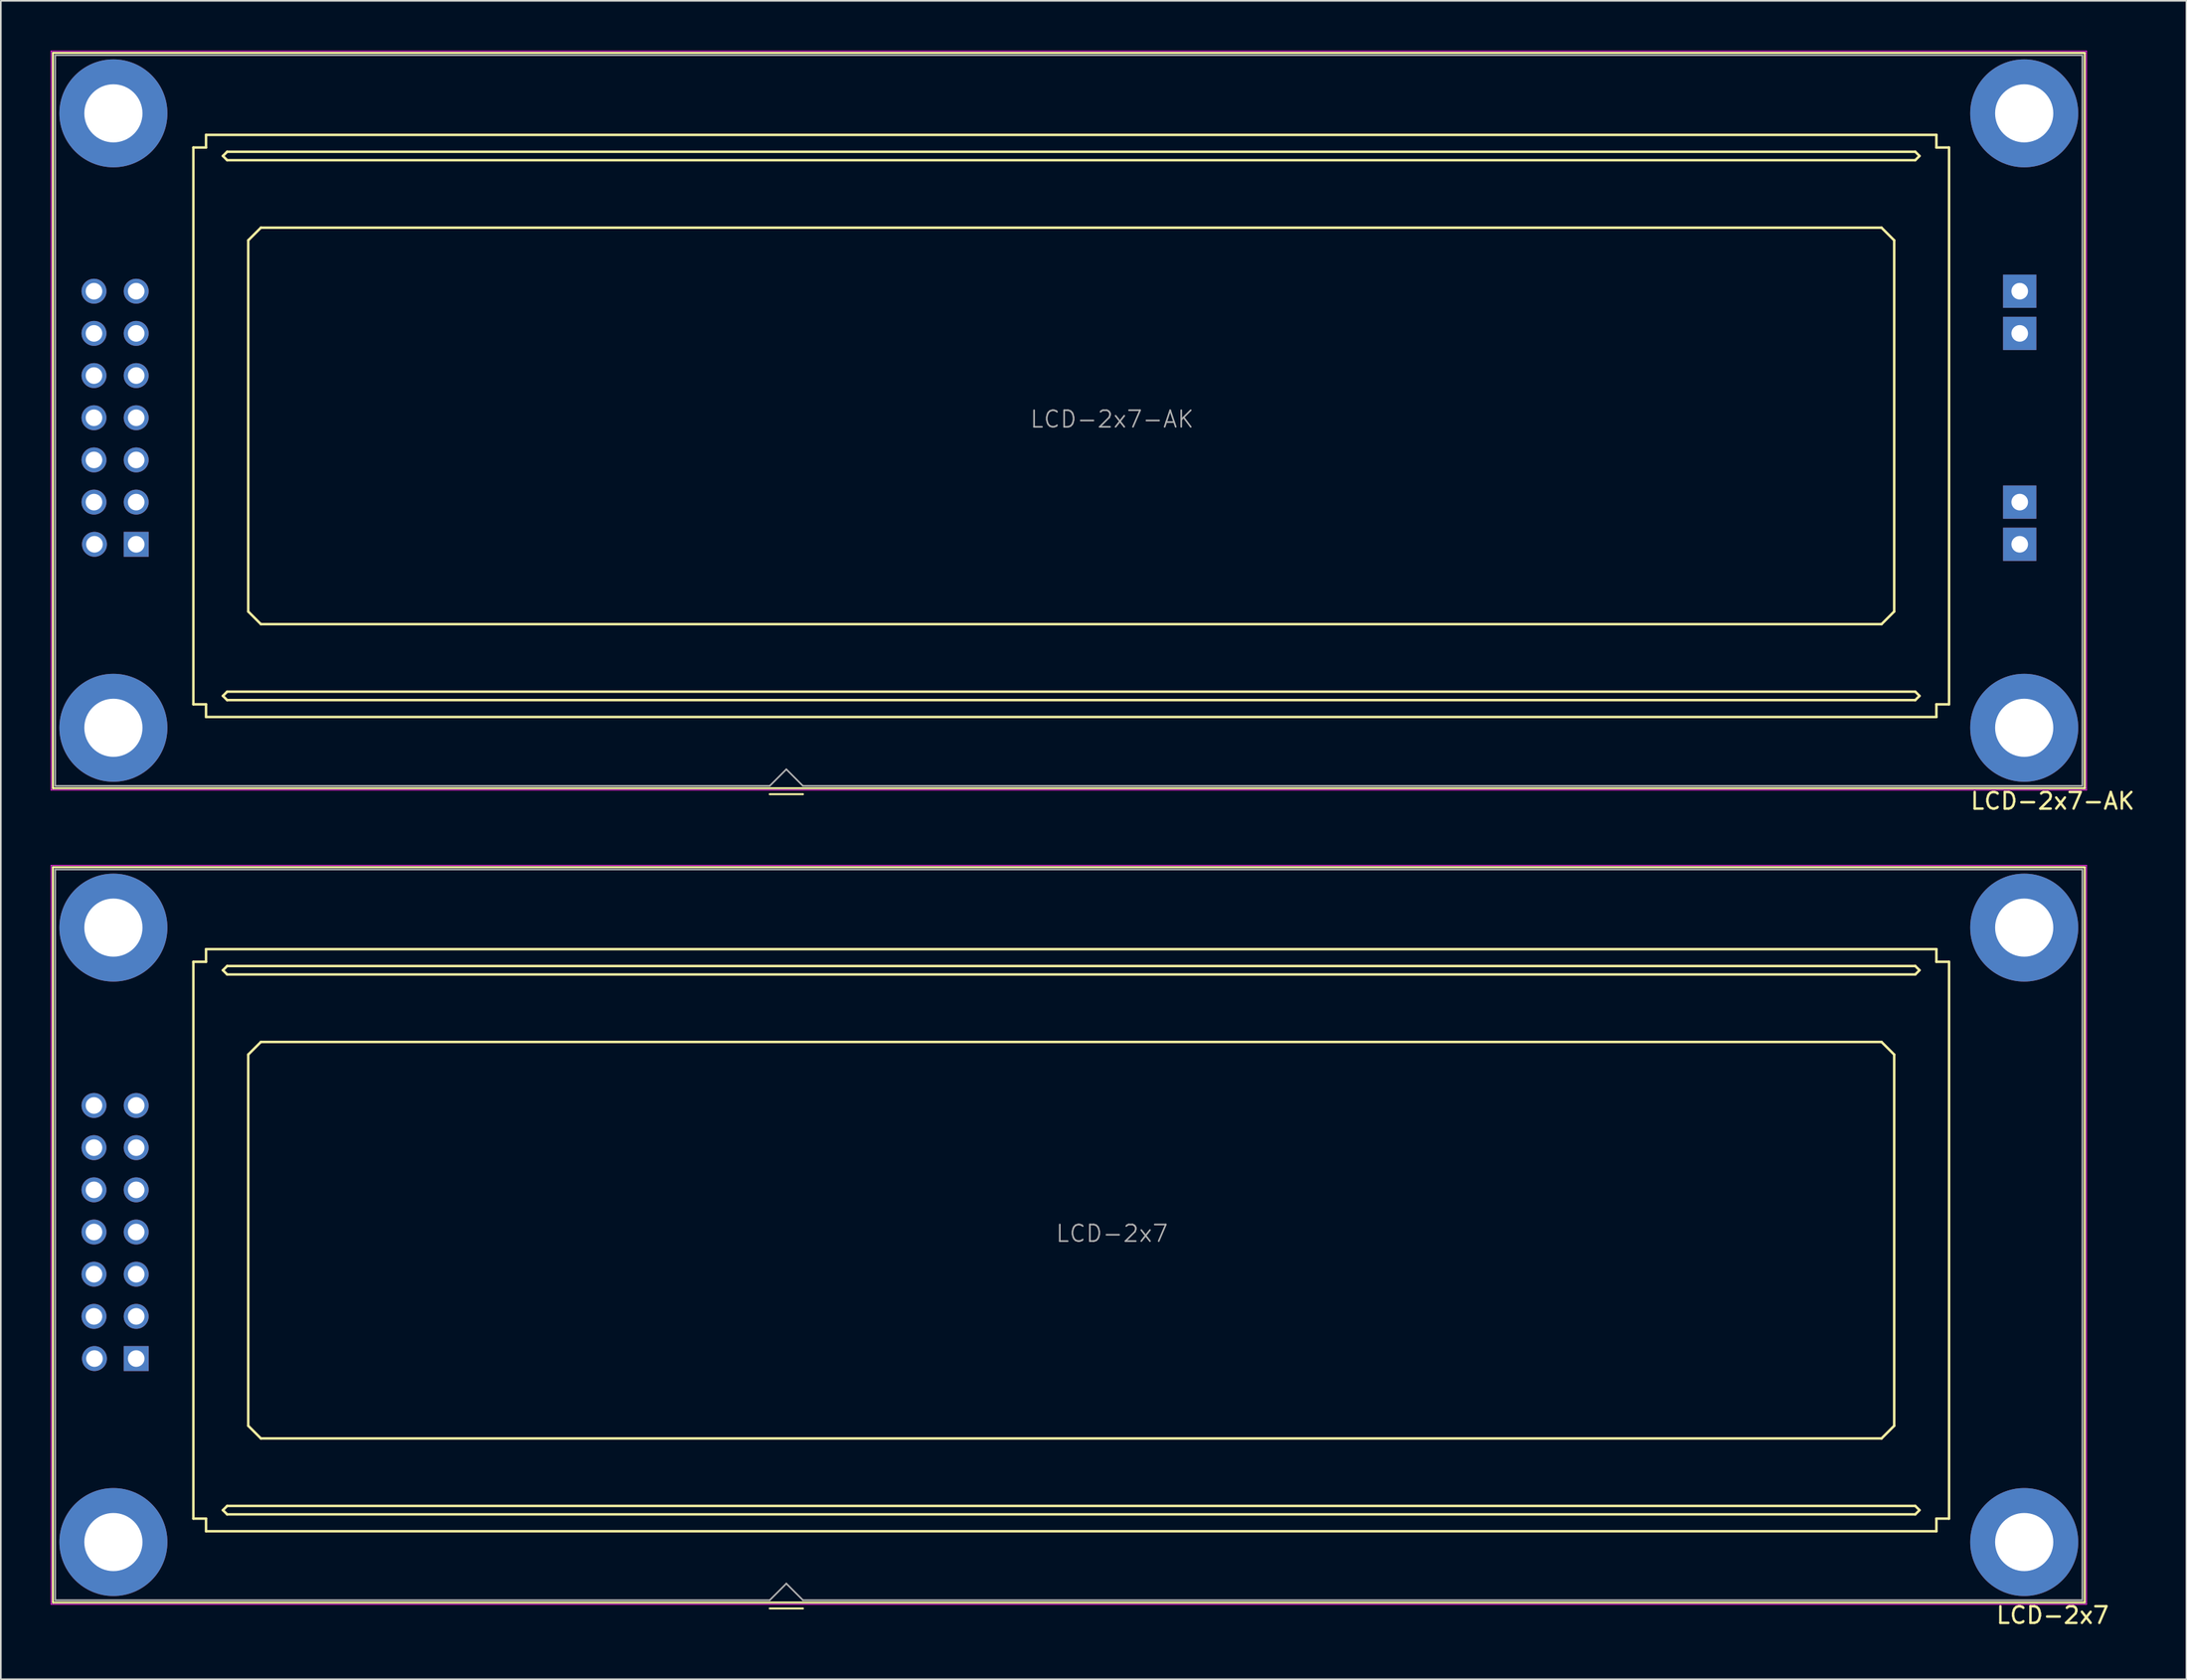
<source format=kicad_pcb>
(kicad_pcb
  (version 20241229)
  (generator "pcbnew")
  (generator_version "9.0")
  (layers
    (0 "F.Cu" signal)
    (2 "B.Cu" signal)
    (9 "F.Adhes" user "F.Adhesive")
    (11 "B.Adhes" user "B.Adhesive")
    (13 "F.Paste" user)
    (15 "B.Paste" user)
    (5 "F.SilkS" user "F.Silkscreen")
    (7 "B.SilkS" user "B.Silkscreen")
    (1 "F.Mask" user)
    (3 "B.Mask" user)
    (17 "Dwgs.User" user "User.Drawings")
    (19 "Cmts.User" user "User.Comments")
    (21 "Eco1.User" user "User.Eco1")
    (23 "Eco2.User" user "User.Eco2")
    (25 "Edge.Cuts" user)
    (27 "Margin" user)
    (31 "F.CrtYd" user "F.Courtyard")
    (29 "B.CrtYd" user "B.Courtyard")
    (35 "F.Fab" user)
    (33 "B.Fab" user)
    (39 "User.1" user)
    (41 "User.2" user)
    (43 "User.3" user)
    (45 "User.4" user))
  (footprint "LCD-2x7"
    (layer "F.Cu")
    (at 61.027 71.139)
    (property "Reference" "LCD-2x7" (at 59.458 23.079 0) (layer "F.SilkS") (effects (font (size 1 1) (thickness 0.15))))
    (attr through_hole)
    (fp_line (start -60.892 22.309) (end -60.892 -21.971) (stroke (width 0.12) (type solid)) (layer "F.SilkS"))
    (fp_line (start -60.892 22.309) (end 61.388 22.309) (stroke (width 0.12) (type solid)) (layer "F.SilkS"))
    (fp_line (start -52.439 -16.272) (end -52.439 17.256) (stroke (width 0.15) (type solid)) (layer "F.SilkS"))
    (fp_line (start -52.439 -16.272) (end -51.677 -16.272) (stroke (width 0.15) (type solid)) (layer "F.SilkS"))
    (fp_line (start -51.677 -16.272) (end -51.677 -17.034) (stroke (width 0.15) (type solid)) (layer "F.SilkS"))
    (fp_line (start -51.677 17.256) (end -52.439 17.256) (stroke (width 0.15) (type solid)) (layer "F.SilkS"))
    (fp_line (start -51.677 18.018) (end -51.677 17.256) (stroke (width 0.15) (type solid)) (layer "F.SilkS"))
    (fp_line (start -51.677 18.018) (end 52.463 18.018) (stroke (width 0.15) (type solid)) (layer "F.SilkS"))
    (fp_line (start -50.661 -15.764) (end -50.407 -15.51) (stroke (width 0.15) (type solid)) (layer "F.SilkS"))
    (fp_line (start -50.661 16.748) (end -50.407 16.494) (stroke (width 0.15) (type solid)) (layer "F.SilkS"))
    (fp_line (start -50.407 -16.018) (end -50.661 -15.764) (stroke (width 0.15) (type solid)) (layer "F.SilkS"))
    (fp_line (start -50.407 -15.51) (end 51.193 -15.51) (stroke (width 0.15) (type solid)) (layer "F.SilkS"))
    (fp_line (start -50.407 17.002) (end -50.661 16.748) (stroke (width 0.15) (type solid)) (layer "F.SilkS"))
    (fp_line (start -50.407 17.002) (end 51.193 17.002) (stroke (width 0.15) (type solid)) (layer "F.SilkS"))
    (fp_line (start -49.137 -10.684) (end -48.375 -11.446) (stroke (width 0.15) (type solid)) (layer "F.SilkS"))
    (fp_line (start -49.137 11.668) (end -49.137 -10.684) (stroke (width 0.15) (type solid)) (layer "F.SilkS"))
    (fp_line (start -48.375 -11.446) (end 49.161 -11.446) (stroke (width 0.15) (type solid)) (layer "F.SilkS"))
    (fp_line (start -48.375 12.43) (end -49.137 11.668) (stroke (width 0.15) (type solid)) (layer "F.SilkS"))
    (fp_line (start -15.752 22.669) (end -17.752 22.669) (stroke (width 0.12) (type solid)) (layer "F.SilkS"))
    (fp_line (start 49.161 -11.446) (end 49.923 -10.684) (stroke (width 0.15) (type solid)) (layer "F.SilkS"))
    (fp_line (start 49.161 12.43) (end -48.375 12.43) (stroke (width 0.15) (type solid)) (layer "F.SilkS"))
    (fp_line (start 49.923 -10.684) (end 49.923 11.668) (stroke (width 0.15) (type solid)) (layer "F.SilkS"))
    (fp_line (start 49.923 11.668) (end 49.161 12.43) (stroke (width 0.15) (type solid)) (layer "F.SilkS"))
    (fp_line (start 51.193 -16.018) (end -50.407 -16.018) (stroke (width 0.15) (type solid)) (layer "F.SilkS"))
    (fp_line (start 51.193 -15.51) (end 51.447 -15.764) (stroke (width 0.15) (type solid)) (layer "F.SilkS"))
    (fp_line (start 51.193 16.494) (end -50.407 16.494) (stroke (width 0.15) (type solid)) (layer "F.SilkS"))
    (fp_line (start 51.193 17.002) (end 51.447 16.748) (stroke (width 0.15) (type solid)) (layer "F.SilkS"))
    (fp_line (start 51.447 -15.764) (end 51.193 -16.018) (stroke (width 0.15) (type solid)) (layer "F.SilkS"))
    (fp_line (start 51.447 16.748) (end 51.193 16.494) (stroke (width 0.15) (type solid)) (layer "F.SilkS"))
    (fp_line (start 52.463 -17.034) (end -51.677 -17.034) (stroke (width 0.15) (type solid)) (layer "F.SilkS"))
    (fp_line (start 52.463 -17.034) (end 52.463 -16.272) (stroke (width 0.15) (type solid)) (layer "F.SilkS"))
    (fp_line (start 52.463 -16.272) (end 53.225 -16.272) (stroke (width 0.15) (type solid)) (layer "F.SilkS"))
    (fp_line (start 52.463 17.256) (end 53.225 17.256) (stroke (width 0.15) (type solid)) (layer "F.SilkS"))
    (fp_line (start 52.463 18.018) (end 52.463 17.256) (stroke (width 0.15) (type solid)) (layer "F.SilkS"))
    (fp_line (start 53.225 17.256) (end 53.225 -16.272) (stroke (width 0.15) (type solid)) (layer "F.SilkS"))
    (fp_line (start 61.388 -21.971) (end -60.892 -21.971) (stroke (width 0.12) (type solid)) (layer "F.SilkS"))
    (fp_line (start 61.388 22.309) (end 61.388 -21.971) (stroke (width 0.12) (type solid)) (layer "F.SilkS"))
    (fp_line (start -61.002 22.419) (end -61.002 -22.081) (stroke (width 0.05) (type solid)) (layer "F.CrtYd"))
    (fp_line (start 61.498 -22.081) (end -61.002 -22.081) (stroke (width 0.05) (type solid)) (layer "F.CrtYd"))
    (fp_line (start 61.498 22.419) (end -61.002 22.419) (stroke (width 0.05) (type solid)) (layer "F.CrtYd"))
    (fp_line (start 61.498 22.419) (end 61.498 -22.081) (stroke (width 0.05) (type solid)) (layer "F.CrtYd"))
    (fp_line (start -60.752 -21.831) (end 61.248 -21.831) (stroke (width 0.1) (type solid)) (layer "F.Fab"))
    (fp_line (start -60.752 22.169) (end -60.752 -21.831) (stroke (width 0.1) (type solid)) (layer "F.Fab"))
    (fp_line (start -17.752 22.169) (end -60.752 22.169) (stroke (width 0.1) (type solid)) (layer "F.Fab"))
    (fp_line (start -17.752 22.169) (end -16.752 21.169) (stroke (width 0.1) (type solid)) (layer "F.Fab"))
    (fp_line (start -16.752 21.169) (end -15.752 22.169) (stroke (width 0.1) (type solid)) (layer "F.Fab"))
    (fp_line (start 61.248 -21.831) (end 61.248 22.169) (stroke (width 0.1) (type solid)) (layer "F.Fab"))
    (fp_line (start 61.248 22.169) (end -15.752 22.169) (stroke (width 0.1) (type solid)) (layer "F.Fab"))
    (fp_text user "${REFERENCE}" (at 2.848 0.089 180) (layer "F.Fab") (effects (font (size 1 1) (thickness 0.1))))
    (pad "" thru_hole circle (at -57.252 -18.331) (size 6.5 6.5) (drill 3.5) (layers "*.Cu" "*.Mask"))
    (pad "" thru_hole circle (at -57.252 18.669) (size 6.5 6.5) (drill 3.5) (layers "*.Cu" "*.Mask"))
    (pad "" thru_hole circle (at 57.748 -18.331) (size 6.5 6.5) (drill 3.5) (layers "*.Cu" "*.Mask"))
    (pad "" thru_hole circle (at 57.748 18.669) (size 6.5 6.5) (drill 3.5) (layers "*.Cu" "*.Mask"))
    (pad "1" thru_hole rect (at -55.88 7.62 90) (size 1.5 1.5) (drill 1) (layers "*.Cu" "*.Mask"))
    (pad "2" thru_hole circle (at -58.392 7.62 90) (size 1.5 1.5) (drill 1) (layers "*.Cu" "*.Mask"))
    (pad "3" thru_hole circle (at -55.88 5.08 270) (size 1.5 1.5) (drill 1) (layers "*.Cu" "*.Mask"))
    (pad "4" thru_hole circle (at -58.42 5.08 270) (size 1.5 1.5) (drill 1) (layers "*.Cu" "*.Mask"))
    (pad "5" thru_hole circle (at -55.88 2.54 270) (size 1.5 1.5) (drill 1) (layers "*.Cu" "*.Mask"))
    (pad "6" thru_hole circle (at -58.42 2.54 270) (size 1.5 1.5) (drill 1) (layers "*.Cu" "*.Mask"))
    (pad "7" thru_hole circle (at -55.88 0 270) (size 1.5 1.5) (drill 1) (layers "*.Cu" "*.Mask"))
    (pad "8" thru_hole circle (at -58.42 0 270) (size 1.5 1.5) (drill 1) (layers "*.Cu" "*.Mask"))
    (pad "9" thru_hole circle (at -55.88 -2.54 270) (size 1.5 1.5) (drill 1) (layers "*.Cu" "*.Mask"))
    (pad "10" thru_hole circle (at -58.42 -2.54 270) (size 1.5 1.5) (drill 1) (layers "*.Cu" "*.Mask"))
    (pad "11" thru_hole circle (at -55.88 -5.08 270) (size 1.5 1.5) (drill 1) (layers "*.Cu" "*.Mask"))
    (pad "12" thru_hole circle (at -58.42 -5.08 270) (size 1.5 1.5) (drill 1) (layers "*.Cu" "*.Mask"))
    (pad "13" thru_hole circle (at -55.88 -7.62 270) (size 1.5 1.5) (drill 1) (layers "*.Cu" "*.Mask"))
    (pad "14" thru_hole circle (at -58.42 -7.62 270) (size 1.5 1.5) (drill 1) (layers "*.Cu" "*.Mask")))
  (footprint "LCD-2x7-AK"
    (layer "F.Cu")
    (at 61.027 22.106)
    (property "Reference" "LCD-2x7-AK" (at 59.458 23.079 0) (layer "F.SilkS") (effects (font (size 1 1) (thickness 0.15))))
    (attr through_hole)
    (fp_line (start -60.892 22.309) (end -60.892 -21.971) (stroke (width 0.12) (type solid)) (layer "F.SilkS"))
    (fp_line (start -60.892 22.309) (end 61.388 22.309) (stroke (width 0.12) (type solid)) (layer "F.SilkS"))
    (fp_line (start -52.439 -16.272) (end -52.439 17.256) (stroke (width 0.15) (type solid)) (layer "F.SilkS"))
    (fp_line (start -52.439 -16.272) (end -51.677 -16.272) (stroke (width 0.15) (type solid)) (layer "F.SilkS"))
    (fp_line (start -51.677 -16.272) (end -51.677 -17.034) (stroke (width 0.15) (type solid)) (layer "F.SilkS"))
    (fp_line (start -51.677 17.256) (end -52.439 17.256) (stroke (width 0.15) (type solid)) (layer "F.SilkS"))
    (fp_line (start -51.677 18.018) (end -51.677 17.256) (stroke (width 0.15) (type solid)) (layer "F.SilkS"))
    (fp_line (start -51.677 18.018) (end 52.463 18.018) (stroke (width 0.15) (type solid)) (layer "F.SilkS"))
    (fp_line (start -50.661 -15.764) (end -50.407 -15.51) (stroke (width 0.15) (type solid)) (layer "F.SilkS"))
    (fp_line (start -50.661 16.748) (end -50.407 16.494) (stroke (width 0.15) (type solid)) (layer "F.SilkS"))
    (fp_line (start -50.407 -16.018) (end -50.661 -15.764) (stroke (width 0.15) (type solid)) (layer "F.SilkS"))
    (fp_line (start -50.407 -15.51) (end 51.193 -15.51) (stroke (width 0.15) (type solid)) (layer "F.SilkS"))
    (fp_line (start -50.407 17.002) (end -50.661 16.748) (stroke (width 0.15) (type solid)) (layer "F.SilkS"))
    (fp_line (start -50.407 17.002) (end 51.193 17.002) (stroke (width 0.15) (type solid)) (layer "F.SilkS"))
    (fp_line (start -49.137 -10.684) (end -48.375 -11.446) (stroke (width 0.15) (type solid)) (layer "F.SilkS"))
    (fp_line (start -49.137 11.668) (end -49.137 -10.684) (stroke (width 0.15) (type solid)) (layer "F.SilkS"))
    (fp_line (start -48.375 -11.446) (end 49.161 -11.446) (stroke (width 0.15) (type solid)) (layer "F.SilkS"))
    (fp_line (start -48.375 12.43) (end -49.137 11.668) (stroke (width 0.15) (type solid)) (layer "F.SilkS"))
    (fp_line (start -15.752 22.669) (end -17.752 22.669) (stroke (width 0.12) (type solid)) (layer "F.SilkS"))
    (fp_line (start 49.161 -11.446) (end 49.923 -10.684) (stroke (width 0.15) (type solid)) (layer "F.SilkS"))
    (fp_line (start 49.161 12.43) (end -48.375 12.43) (stroke (width 0.15) (type solid)) (layer "F.SilkS"))
    (fp_line (start 49.923 -10.684) (end 49.923 11.668) (stroke (width 0.15) (type solid)) (layer "F.SilkS"))
    (fp_line (start 49.923 11.668) (end 49.161 12.43) (stroke (width 0.15) (type solid)) (layer "F.SilkS"))
    (fp_line (start 51.193 -16.018) (end -50.407 -16.018) (stroke (width 0.15) (type solid)) (layer "F.SilkS"))
    (fp_line (start 51.193 -15.51) (end 51.447 -15.764) (stroke (width 0.15) (type solid)) (layer "F.SilkS"))
    (fp_line (start 51.193 16.494) (end -50.407 16.494) (stroke (width 0.15) (type solid)) (layer "F.SilkS"))
    (fp_line (start 51.193 17.002) (end 51.447 16.748) (stroke (width 0.15) (type solid)) (layer "F.SilkS"))
    (fp_line (start 51.447 -15.764) (end 51.193 -16.018) (stroke (width 0.15) (type solid)) (layer "F.SilkS"))
    (fp_line (start 51.447 16.748) (end 51.193 16.494) (stroke (width 0.15) (type solid)) (layer "F.SilkS"))
    (fp_line (start 52.463 -17.034) (end -51.677 -17.034) (stroke (width 0.15) (type solid)) (layer "F.SilkS"))
    (fp_line (start 52.463 -17.034) (end 52.463 -16.272) (stroke (width 0.15) (type solid)) (layer "F.SilkS"))
    (fp_line (start 52.463 -16.272) (end 53.225 -16.272) (stroke (width 0.15) (type solid)) (layer "F.SilkS"))
    (fp_line (start 52.463 17.256) (end 53.225 17.256) (stroke (width 0.15) (type solid)) (layer "F.SilkS"))
    (fp_line (start 52.463 18.018) (end 52.463 17.256) (stroke (width 0.15) (type solid)) (layer "F.SilkS"))
    (fp_line (start 53.225 17.256) (end 53.225 -16.272) (stroke (width 0.15) (type solid)) (layer "F.SilkS"))
    (fp_line (start 61.388 -21.971) (end -60.892 -21.971) (stroke (width 0.12) (type solid)) (layer "F.SilkS"))
    (fp_line (start 61.388 22.309) (end 61.388 -21.971) (stroke (width 0.12) (type solid)) (layer "F.SilkS"))
    (fp_line (start -61.002 22.419) (end -61.002 -22.081) (stroke (width 0.05) (type solid)) (layer "F.CrtYd"))
    (fp_line (start 61.498 -22.081) (end -61.002 -22.081) (stroke (width 0.05) (type solid)) (layer "F.CrtYd"))
    (fp_line (start 61.498 22.419) (end -61.002 22.419) (stroke (width 0.05) (type solid)) (layer "F.CrtYd"))
    (fp_line (start 61.498 22.419) (end 61.498 -22.081) (stroke (width 0.05) (type solid)) (layer "F.CrtYd"))
    (fp_line (start -60.752 -21.831) (end 61.248 -21.831) (stroke (width 0.1) (type solid)) (layer "F.Fab"))
    (fp_line (start -60.752 22.169) (end -60.752 -21.831) (stroke (width 0.1) (type solid)) (layer "F.Fab"))
    (fp_line (start -17.752 22.169) (end -60.752 22.169) (stroke (width 0.1) (type solid)) (layer "F.Fab"))
    (fp_line (start -17.752 22.169) (end -16.752 21.169) (stroke (width 0.1) (type solid)) (layer "F.Fab"))
    (fp_line (start -16.752 21.169) (end -15.752 22.169) (stroke (width 0.1) (type solid)) (layer "F.Fab"))
    (fp_line (start 61.248 -21.831) (end 61.248 22.169) (stroke (width 0.1) (type solid)) (layer "F.Fab"))
    (fp_line (start 61.248 22.169) (end -15.752 22.169) (stroke (width 0.1) (type solid)) (layer "F.Fab"))
    (fp_text user "${REFERENCE}" (at 2.848 0.089 180) (layer "F.Fab") (effects (font (size 1 1) (thickness 0.1))))
    (pad "" thru_hole circle (at -57.252 -18.331) (size 6.5 6.5) (drill 3.5) (layers "*.Cu" "*.Mask"))
    (pad "" thru_hole circle (at -57.252 18.669) (size 6.5 6.5) (drill 3.5) (layers "*.Cu" "*.Mask"))
    (pad "" thru_hole circle (at 57.748 -18.331) (size 6.5 6.5) (drill 3.5) (layers "*.Cu" "*.Mask"))
    (pad "" thru_hole circle (at 57.748 18.669) (size 6.5 6.5) (drill 3.5) (layers "*.Cu" "*.Mask"))
    (pad "1" thru_hole rect (at -55.88 7.62 90) (size 1.5 1.5) (drill 1) (layers "*.Cu" "*.Mask"))
    (pad "2" thru_hole circle (at -58.392 7.62 90) (size 1.5 1.5) (drill 1) (layers "*.Cu" "*.Mask"))
    (pad "3" thru_hole circle (at -55.88 5.08 270) (size 1.5 1.5) (drill 1) (layers "*.Cu" "*.Mask"))
    (pad "4" thru_hole circle (at -58.42 5.08 270) (size 1.5 1.5) (drill 1) (layers "*.Cu" "*.Mask"))
    (pad "5" thru_hole circle (at -55.88 2.54 270) (size 1.5 1.5) (drill 1) (layers "*.Cu" "*.Mask"))
    (pad "6" thru_hole circle (at -58.42 2.54 270) (size 1.5 1.5) (drill 1) (layers "*.Cu" "*.Mask"))
    (pad "7" thru_hole circle (at -55.88 0 270) (size 1.5 1.5) (drill 1) (layers "*.Cu" "*.Mask"))
    (pad "8" thru_hole circle (at -58.42 0 270) (size 1.5 1.5) (drill 1) (layers "*.Cu" "*.Mask"))
    (pad "9" thru_hole circle (at -55.88 -2.54 270) (size 1.5 1.5) (drill 1) (layers "*.Cu" "*.Mask"))
    (pad "10" thru_hole circle (at -58.42 -2.54 270) (size 1.5 1.5) (drill 1) (layers "*.Cu" "*.Mask"))
    (pad "11" thru_hole circle (at -55.88 -5.08 270) (size 1.5 1.5) (drill 1) (layers "*.Cu" "*.Mask"))
    (pad "12" thru_hole circle (at -58.42 -5.08 270) (size 1.5 1.5) (drill 1) (layers "*.Cu" "*.Mask"))
    (pad "13" thru_hole circle (at -55.88 -7.62 270) (size 1.5 1.5) (drill 1) (layers "*.Cu" "*.Mask"))
    (pad "14" thru_hole circle (at -58.42 -7.62 270) (size 1.5 1.5) (drill 1) (layers "*.Cu" "*.Mask"))
    (pad "A1" thru_hole rect (at 57.478 -7.62) (size 2 2) (drill 1) (layers "*.Cu" "*.Mask"))
    (pad "A2" thru_hole rect (at 57.478 5.08) (size 2 2) (drill 1) (layers "*.Cu" "*.Mask"))
    (pad "K1" thru_hole rect (at 57.478 -5.08) (size 2 2) (drill 1) (layers "*.Cu" "*.Mask"))
    (pad "K2" thru_hole rect (at 57.478 7.62) (size 2 2) (drill 1) (layers "*.Cu" "*.Mask")))
  (gr_rect
    (start -3 -3)
    (end 128.539 98.067)
    (stroke (width 0.1) (type default))
    (fill no)
    (layer "Edge.Cuts")))
</source>
